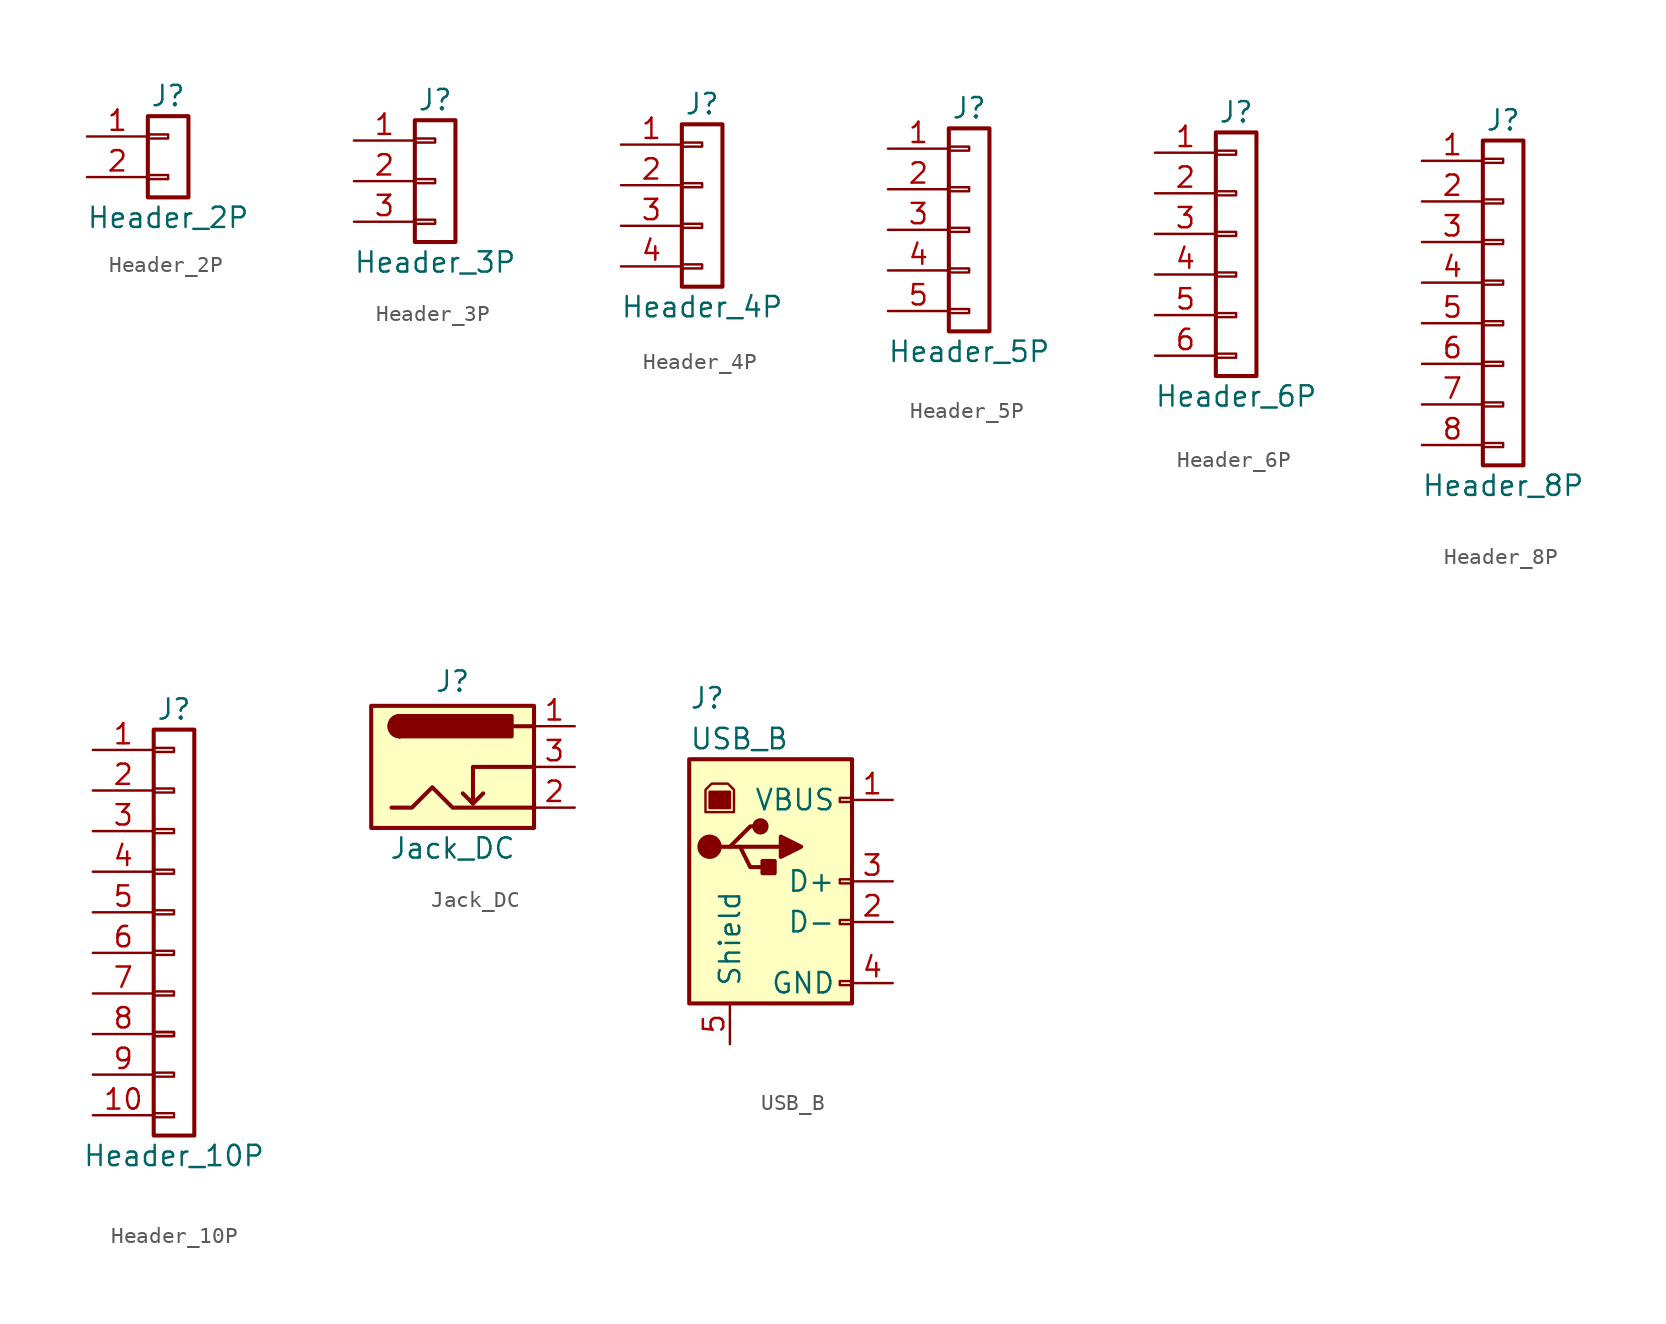
<source format=kicad_sym>
(kicad_symbol_lib
  (version 20220914)
  (generator kicad_symbol_editor)
  (symbol "Header_2P"
    (pin_names
      (offset 1.016) hide)
    (property "Reference" "J"
      (at 0 3.81 0)
      (effects (font (size 1.27 1.27))))
    (property "Value" "Header_2P"
      (at 0 -3.81 0)
      (effects (font (size 1.27 1.27))))
    (symbol "Header_2P_1_1"
      (rectangle (start -1.27 -1.143) (end 0 -1.397) (stroke (width 0.152) (type default)) (fill (type none)))
      (rectangle (start -1.27 1.397) (end 0 1.143) (stroke (width 0.152) (type default)) (fill (type none)))
      (rectangle (start -1.27 2.54) (end 1.27 -2.54) (stroke (width 0.254) (type default)) (fill (type none)))
      (pin passive line (at -5.08 1.27 0) (length 3.81) (name "Pin_1" (effects (font (size 1.27 1.27)))) (number "1" (effects (font (size 1.27 1.27)))))
      (pin passive line (at -5.08 -1.27 0) (length 3.81) (name "Pin_2" (effects (font (size 1.27 1.27)))) (number "2" (effects (font (size 1.27 1.27)))))))
  (symbol "Header_3P"
    (pin_names
      (offset 1.016) hide)
    (property "Reference" "J"
      (at 0 5.08 0)
      (effects (font (size 1.27 1.27))))
    (property "Value" "Header_3P"
      (at 0 -5.08 0)
      (effects (font (size 1.27 1.27))))
    (symbol "Header_3P_1_1"
      (rectangle (start -1.27 -2.413) (end 0 -2.667) (stroke (width 0.152) (type default)) (fill (type none)))
      (rectangle (start -1.27 0.127) (end 0 -0.127) (stroke (width 0.152) (type default)) (fill (type none)))
      (rectangle (start -1.27 2.667) (end 0 2.413) (stroke (width 0.152) (type default)) (fill (type none)))
      (rectangle (start -1.27 3.81) (end 1.27 -3.81) (stroke (width 0.254) (type default)) (fill (type none)))
      (pin passive line (at -5.08 2.54 0) (length 3.81) (name "Pin_1" (effects (font (size 1.27 1.27)))) (number "1" (effects (font (size 1.27 1.27)))))
      (pin passive line (at -5.08 0 0) (length 3.81) (name "Pin_2" (effects (font (size 1.27 1.27)))) (number "2" (effects (font (size 1.27 1.27)))))
      (pin passive line (at -5.08 -2.54 0) (length 3.81) (name "Pin_3" (effects (font (size 1.27 1.27)))) (number "3" (effects (font (size 1.27 1.27)))))))
  (symbol "Header_4P"
    (pin_names
      (offset 1.016) hide)
    (property "Reference" "J"
      (at 0 6.35 0)
      (effects (font (size 1.27 1.27))))
    (property "Value" "Header_4P"
      (at 0 -6.35 0)
      (effects (font (size 1.27 1.27))))
    (symbol "Header_4P_1_1"
      (rectangle (start -1.27 -3.683) (end 0 -3.937) (stroke (width 0.152) (type default)) (fill (type none)))
      (rectangle (start -1.27 -1.143) (end 0 -1.397) (stroke (width 0.152) (type default)) (fill (type none)))
      (rectangle (start -1.27 1.397) (end 0 1.143) (stroke (width 0.152) (type default)) (fill (type none)))
      (rectangle (start -1.27 3.937) (end 0 3.683) (stroke (width 0.152) (type default)) (fill (type none)))
      (rectangle (start -1.27 5.08) (end 1.27 -5.08) (stroke (width 0.254) (type default)) (fill (type none)))
      (pin passive line (at -5.08 3.81 0) (length 3.81) (name "Pin_1" (effects (font (size 1.27 1.27)))) (number "1" (effects (font (size 1.27 1.27)))))
      (pin passive line (at -5.08 1.27 0) (length 3.81) (name "Pin_2" (effects (font (size 1.27 1.27)))) (number "2" (effects (font (size 1.27 1.27)))))
      (pin passive line (at -5.08 -1.27 0) (length 3.81) (name "Pin_3" (effects (font (size 1.27 1.27)))) (number "3" (effects (font (size 1.27 1.27)))))
      (pin passive line (at -5.08 -3.81 0) (length 3.81) (name "Pin_4" (effects (font (size 1.27 1.27)))) (number "4" (effects (font (size 1.27 1.27)))))))
  (symbol "Header_5P"
    (pin_names
      (offset 1.016) hide)
    (property "Reference" "J"
      (at 0 7.62 0)
      (effects (font (size 1.27 1.27))))
    (property "Value" "Header_5P"
      (at 0 -7.62 0)
      (effects (font (size 1.27 1.27))))
    (symbol "Header_5P_1_1"
      (rectangle (start -1.27 -4.953) (end 0 -5.207) (stroke (width 0.152) (type default)) (fill (type none)))
      (rectangle (start -1.27 -2.413) (end 0 -2.667) (stroke (width 0.152) (type default)) (fill (type none)))
      (rectangle (start -1.27 0.127) (end 0 -0.127) (stroke (width 0.152) (type default)) (fill (type none)))
      (rectangle (start -1.27 2.667) (end 0 2.413) (stroke (width 0.152) (type default)) (fill (type none)))
      (rectangle (start -1.27 5.207) (end 0 4.953) (stroke (width 0.152) (type default)) (fill (type none)))
      (rectangle (start -1.27 6.35) (end 1.27 -6.35) (stroke (width 0.254) (type default)) (fill (type none)))
      (pin passive line (at -5.08 5.08 0) (length 3.81) (name "Pin_1" (effects (font (size 1.27 1.27)))) (number "1" (effects (font (size 1.27 1.27)))))
      (pin passive line (at -5.08 2.54 0) (length 3.81) (name "Pin_2" (effects (font (size 1.27 1.27)))) (number "2" (effects (font (size 1.27 1.27)))))
      (pin passive line (at -5.08 0 0) (length 3.81) (name "Pin_3" (effects (font (size 1.27 1.27)))) (number "3" (effects (font (size 1.27 1.27)))))
      (pin passive line (at -5.08 -2.54 0) (length 3.81) (name "Pin_4" (effects (font (size 1.27 1.27)))) (number "4" (effects (font (size 1.27 1.27)))))
      (pin passive line (at -5.08 -5.08 0) (length 3.81) (name "Pin_5" (effects (font (size 1.27 1.27)))) (number "5" (effects (font (size 1.27 1.27)))))))
  (symbol "Header_6P"
    (pin_names
      (offset 1.016) hide)
    (property "Reference" "J"
      (at 0 8.89 0)
      (effects (font (size 1.27 1.27))))
    (property "Value" "Header_6P"
      (at 0 -8.89 0)
      (effects (font (size 1.27 1.27))))
    (symbol "Header_6P_1_1"
      (rectangle (start -1.27 -6.223) (end 0 -6.477) (stroke (width 0.152) (type default)) (fill (type none)))
      (rectangle (start -1.27 -3.683) (end 0 -3.937) (stroke (width 0.152) (type default)) (fill (type none)))
      (rectangle (start -1.27 -1.143) (end 0 -1.397) (stroke (width 0.152) (type default)) (fill (type none)))
      (rectangle (start -1.27 1.397) (end 0 1.143) (stroke (width 0.152) (type default)) (fill (type none)))
      (rectangle (start -1.27 3.937) (end 0 3.683) (stroke (width 0.152) (type default)) (fill (type none)))
      (rectangle (start -1.27 6.477) (end 0 6.223) (stroke (width 0.152) (type default)) (fill (type none)))
      (rectangle (start -1.27 7.62) (end 1.27 -7.62) (stroke (width 0.254) (type default)) (fill (type none)))
      (pin passive line (at -5.08 6.35 0) (length 3.81) (name "Pin_1" (effects (font (size 1.27 1.27)))) (number "1" (effects (font (size 1.27 1.27)))))
      (pin passive line (at -5.08 3.81 0) (length 3.81) (name "Pin_2" (effects (font (size 1.27 1.27)))) (number "2" (effects (font (size 1.27 1.27)))))
      (pin passive line (at -5.08 1.27 0) (length 3.81) (name "Pin_3" (effects (font (size 1.27 1.27)))) (number "3" (effects (font (size 1.27 1.27)))))
      (pin passive line (at -5.08 -1.27 0) (length 3.81) (name "Pin_4" (effects (font (size 1.27 1.27)))) (number "4" (effects (font (size 1.27 1.27)))))
      (pin passive line (at -5.08 -3.81 0) (length 3.81) (name "Pin_5" (effects (font (size 1.27 1.27)))) (number "5" (effects (font (size 1.27 1.27)))))
      (pin passive line (at -5.08 -6.35 0) (length 3.81) (name "Pin_6" (effects (font (size 1.27 1.27)))) (number "6" (effects (font (size 1.27 1.27)))))))
  (symbol "Header_8P"
    (pin_names
      (offset 1.016) hide)
    (property "Reference" "J"
      (at 0 11.43 0)
      (effects (font (size 1.27 1.27))))
    (property "Value" "Header_8P"
      (at 0 -11.43 0)
      (effects (font (size 1.27 1.27))))
    (symbol "Header_8P_1_1"
      (rectangle (start -1.27 -8.763) (end 0 -9.017) (stroke (width 0.152) (type default)) (fill (type none)))
      (rectangle (start -1.27 -6.223) (end 0 -6.477) (stroke (width 0.152) (type default)) (fill (type none)))
      (rectangle (start -1.27 -3.683) (end 0 -3.937) (stroke (width 0.152) (type default)) (fill (type none)))
      (rectangle (start -1.27 -1.143) (end 0 -1.397) (stroke (width 0.152) (type default)) (fill (type none)))
      (rectangle (start -1.27 1.397) (end 0 1.143) (stroke (width 0.152) (type default)) (fill (type none)))
      (rectangle (start -1.27 3.937) (end 0 3.683) (stroke (width 0.152) (type default)) (fill (type none)))
      (rectangle (start -1.27 6.477) (end 0 6.223) (stroke (width 0.152) (type default)) (fill (type none)))
      (rectangle (start -1.27 9.017) (end 0 8.763) (stroke (width 0.152) (type default)) (fill (type none)))
      (rectangle (start -1.27 10.16) (end 1.27 -10.16) (stroke (width 0.254) (type default)) (fill (type none)))
      (pin passive line (at -5.08 8.89 0) (length 3.81) (name "Pin_1" (effects (font (size 1.27 1.27)))) (number "1" (effects (font (size 1.27 1.27)))))
      (pin passive line (at -5.08 6.35 0) (length 3.81) (name "Pin_2" (effects (font (size 1.27 1.27)))) (number "2" (effects (font (size 1.27 1.27)))))
      (pin passive line (at -5.08 3.81 0) (length 3.81) (name "Pin_3" (effects (font (size 1.27 1.27)))) (number "3" (effects (font (size 1.27 1.27)))))
      (pin passive line (at -5.08 1.27 0) (length 3.81) (name "Pin_4" (effects (font (size 1.27 1.27)))) (number "4" (effects (font (size 1.27 1.27)))))
      (pin passive line (at -5.08 -1.27 0) (length 3.81) (name "Pin_5" (effects (font (size 1.27 1.27)))) (number "5" (effects (font (size 1.27 1.27)))))
      (pin passive line (at -5.08 -3.81 0) (length 3.81) (name "Pin_6" (effects (font (size 1.27 1.27)))) (number "6" (effects (font (size 1.27 1.27)))))
      (pin passive line (at -5.08 -6.35 0) (length 3.81) (name "Pin_7" (effects (font (size 1.27 1.27)))) (number "7" (effects (font (size 1.27 1.27)))))
      (pin passive line (at -5.08 -8.89 0) (length 3.81) (name "Pin_8" (effects (font (size 1.27 1.27)))) (number "8" (effects (font (size 1.27 1.27)))))))
  (symbol "Header_10P"
    (pin_names
      (offset 1.016) hide)
    (property "Reference" "J"
      (at 0 11.43 0)
      (effects (font (size 1.27 1.27))))
    (property "Value" "Header_10P"
      (at 0 -16.51 0)
      (effects (font (size 1.27 1.27))))
    (symbol "Header_10P_1_1"
      (rectangle (start -1.27 -13.843) (end 0 -14.097) (stroke (width 0.152) (type default)) (fill (type none)))
      (rectangle (start -1.27 -11.303) (end 0 -11.557) (stroke (width 0.152) (type default)) (fill (type none)))
      (rectangle (start -1.27 -8.763) (end 0 -9.017) (stroke (width 0.152) (type default)) (fill (type none)))
      (rectangle (start -1.27 -8.763) (end 0 -9.017) (stroke (width 0.152) (type default)) (fill (type none)))
      (rectangle (start -1.27 -6.223) (end 0 -6.477) (stroke (width 0.152) (type default)) (fill (type none)))
      (rectangle (start -1.27 -3.683) (end 0 -3.937) (stroke (width 0.152) (type default)) (fill (type none)))
      (rectangle (start -1.27 -1.143) (end 0 -1.397) (stroke (width 0.152) (type default)) (fill (type none)))
      (rectangle (start -1.27 1.397) (end 0 1.143) (stroke (width 0.152) (type default)) (fill (type none)))
      (rectangle (start -1.27 3.937) (end 0 3.683) (stroke (width 0.152) (type default)) (fill (type none)))
      (rectangle (start -1.27 6.477) (end 0 6.223) (stroke (width 0.152) (type default)) (fill (type none)))
      (rectangle (start -1.27 9.017) (end 0 8.763) (stroke (width 0.152) (type default)) (fill (type none)))
      (rectangle (start -1.27 10.16) (end 1.27 -15.24) (stroke (width 0.254) (type default)) (fill (type none)))
      (pin passive line (at -5.08 8.89 0) (length 3.81) (name "Pin_1" (effects (font (size 1.27 1.27)))) (number "1" (effects (font (size 1.27 1.27)))))
      (pin passive line (at -5.08 -13.97 0) (length 3.81) (name "Pin_10" (effects (font (size 1.27 1.27)))) (number "10" (effects (font (size 1.27 1.27)))))
      (pin passive line (at -5.08 6.35 0) (length 3.81) (name "Pin_2" (effects (font (size 1.27 1.27)))) (number "2" (effects (font (size 1.27 1.27)))))
      (pin passive line (at -5.08 3.81 0) (length 3.81) (name "Pin_3" (effects (font (size 1.27 1.27)))) (number "3" (effects (font (size 1.27 1.27)))))
      (pin passive line (at -5.08 1.27 0) (length 3.81) (name "Pin_4" (effects (font (size 1.27 1.27)))) (number "4" (effects (font (size 1.27 1.27)))))
      (pin passive line (at -5.08 -1.27 0) (length 3.81) (name "Pin_5" (effects (font (size 1.27 1.27)))) (number "5" (effects (font (size 1.27 1.27)))))
      (pin passive line (at -5.08 -3.81 0) (length 3.81) (name "Pin_6" (effects (font (size 1.27 1.27)))) (number "6" (effects (font (size 1.27 1.27)))))
      (pin passive line (at -5.08 -6.35 0) (length 3.81) (name "Pin_7" (effects (font (size 1.27 1.27)))) (number "7" (effects (font (size 1.27 1.27)))))
      (pin passive line (at -5.08 -8.89 0) (length 3.81) (name "Pin_8" (effects (font (size 1.27 1.27)))) (number "8" (effects (font (size 1.27 1.27)))))
      (pin passive line (at -5.08 -11.43 0) (length 3.81) (name "Pin_9" (effects (font (size 1.27 1.27)))) (number "9" (effects (font (size 1.27 1.27)))))))
  (symbol "Jack_DC"
    (pin_names hide)
    (property "Reference" "J"
      (at 0 5.334 0)
      (effects (font (size 1.27 1.27))))
    (property "Value" "Jack_DC"
      (at 0 -5.08 0)
      (effects (font (size 1.27 1.27))))
    (symbol "Jack_DC_0_1"
      (arc (start -3.302 3.175) (mid -3.9343 2.54) (end -3.302 1.905) (stroke (width 0.254) (type default)) (fill (type none)))
      (arc (start -3.302 3.175) (mid -3.9343 2.54) (end -3.302 1.905) (stroke (width 0.254) (type default)) (fill (type outline)))
      (rectangle (start -3.302 3.175) (end 3.683 1.905) (stroke (width 0.254) (type default)) (fill (type outline)))
      (polyline (pts (xy 1.27 -2.286) (xy 1.905 -1.651)) (stroke (width 0.254) (type default)) (fill (type none)))
      (polyline (pts (xy 5.08 2.54) (xy 3.81 2.54)) (stroke (width 0.254) (type default)) (fill (type none)))
      (polyline (pts (xy 5.08 0) (xy 1.27 0) (xy 1.27 -2.286) (xy 0.635 -1.651)) (stroke (width 0.254) (type default)) (fill (type none)))
      (polyline (pts (xy -3.81 -2.54) (xy -2.54 -2.54) (xy -1.27 -1.27) (xy 0 -2.54) (xy 2.54 -2.54) (xy 5.08 -2.54)) (stroke (width 0.254) (type default)) (fill (type none))))
    (symbol "Jack_DC_1_1"
      (rectangle (start -5.08 3.81) (end 5.08 -3.81) (stroke (width 0.254) (type default)) (fill (type background)))
      (pin power_out line (at 7.62 2.54 180) (length 2.54) (name "~" (effects (font (size 1.27 1.27)))) (number "1" (effects (font (size 1.27 1.27)))))
      (pin power_in line (at 7.62 -2.54 180) (length 2.54) (name "~" (effects (font (size 1.27 1.27)))) (number "2" (effects (font (size 1.27 1.27)))))
      (pin power_in line (at 7.62 0 180) (length 2.54) (name "~" (effects (font (size 1.27 1.27)))) (number "3" (effects (font (size 1.27 1.27)))))))
  (symbol "USB_B"
    (pin_names
      (offset 1.016))
    (property "Reference" "J"
      (at -5.08 11.43 0)
      (effects (font (size 1.27 1.27)) (justify left)))
    (property "Value" "USB_B"
      (at -5.08 8.89 0)
      (effects (font (size 1.27 1.27)) (justify left)))
    (symbol "USB_B_0_1"
      (circle (center -3.81 2.159) (radius 0.635) (stroke (width 0.254) (type default)) (fill (type outline)))
      (rectangle (start -3.81 5.588) (end -2.54 4.572) (stroke (width 0) (type default)) (fill (type outline)))
      (circle (center -0.635 3.429) (radius 0.381) (stroke (width 0.254) (type default)) (fill (type outline)))
      (polyline (pts (xy -1.905 2.159) (xy 0.635 2.159)) (stroke (width 0.254) (type default)) (fill (type none)))
      (polyline (pts (xy -3.175 2.159) (xy -2.54 2.159) (xy -1.27 3.429) (xy -0.635 3.429)) (stroke (width 0.254) (type default)) (fill (type none)))
      (polyline (pts (xy -2.54 2.159) (xy -1.905 2.159) (xy -1.27 0.889) (xy 0 0.889)) (stroke (width 0.254) (type default)) (fill (type none)))
      (polyline (pts (xy 0.635 2.794) (xy 0.635 1.524) (xy 1.905 2.159) (xy 0.635 2.794)) (stroke (width 0.254) (type default)) (fill (type outline)))
      (polyline (pts (xy -4.064 4.318) (xy -2.286 4.318) (xy -2.286 5.715) (xy -2.667 6.096) (xy -3.683 6.096) (xy -4.064 5.715) (xy -4.064 4.318)) (stroke (width 0) (type default)) (fill (type none)))
      (rectangle (start 0.254 1.27) (end -0.508 0.508) (stroke (width 0.254) (type default)) (fill (type outline)))
      (rectangle (start 4.318 -6.223) (end 5.08 -6.477) (stroke (width 0) (type default)) (fill (type none)))
      (rectangle (start 5.08 -2.667) (end 4.318 -2.413) (stroke (width 0) (type default)) (fill (type none)))
      (rectangle (start 5.08 -0.127) (end 4.318 0.127) (stroke (width 0) (type default)) (fill (type none)))
      (rectangle (start 5.08 4.953) (end 4.318 5.207) (stroke (width 0) (type default)) (fill (type none))))
    (symbol "USB_B_1_1"
      (rectangle (start -5.08 7.62) (end 5.08 -7.62) (stroke (width 0.254) (type default)) (fill (type background)))
      (pin power_out line (at 7.62 5.08 180) (length 2.54) (name "VBUS" (effects (font (size 1.27 1.27)))) (number "1" (effects (font (size 1.27 1.27)))))
      (pin bidirectional line (at 7.62 -2.54 180) (length 2.54) (name "D-" (effects (font (size 1.27 1.27)))) (number "2" (effects (font (size 1.27 1.27)))))
      (pin bidirectional line (at 7.62 0 180) (length 2.54) (name "D+" (effects (font (size 1.27 1.27)))) (number "3" (effects (font (size 1.27 1.27)))))
      (pin power_in line (at 7.62 -6.35 180) (length 2.54) (name "GND" (effects (font (size 1.27 1.27)))) (number "4" (effects (font (size 1.27 1.27)))))
      (pin passive line (at -2.54 -10.16 90) (length 2.54) (name "Shield" (effects (font (size 1.27 1.27)))) (number "5" (effects (font (size 1.27 1.27))))))))
</source>
